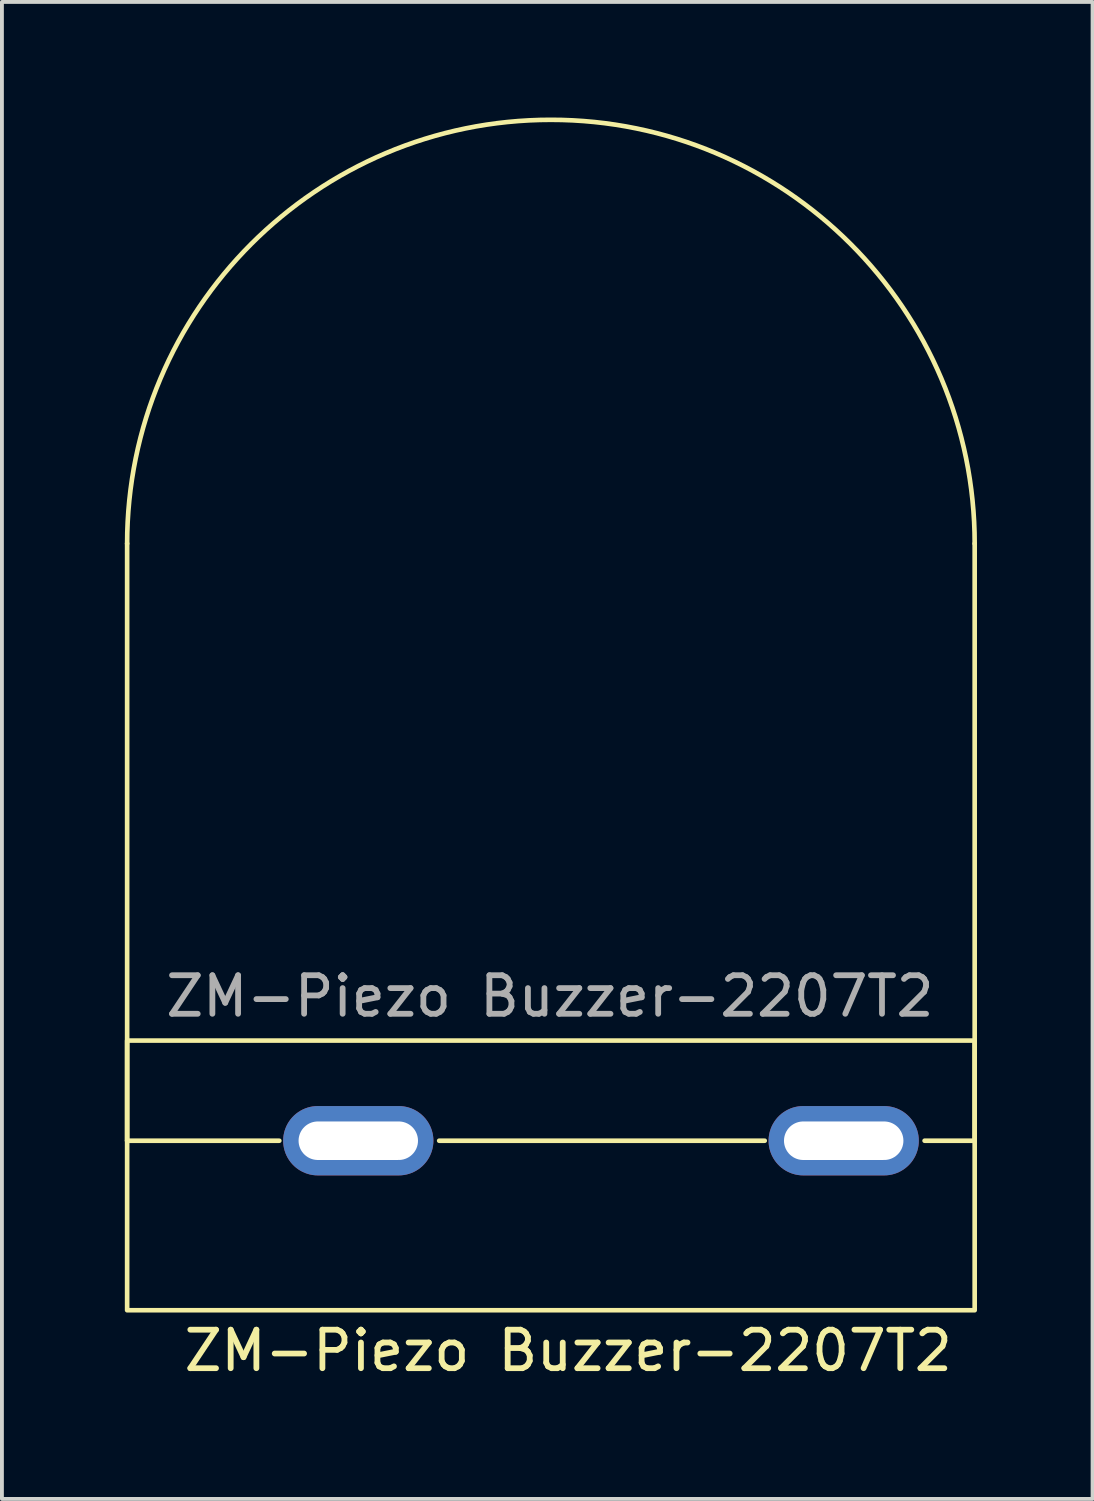
<source format=kicad_pcb>
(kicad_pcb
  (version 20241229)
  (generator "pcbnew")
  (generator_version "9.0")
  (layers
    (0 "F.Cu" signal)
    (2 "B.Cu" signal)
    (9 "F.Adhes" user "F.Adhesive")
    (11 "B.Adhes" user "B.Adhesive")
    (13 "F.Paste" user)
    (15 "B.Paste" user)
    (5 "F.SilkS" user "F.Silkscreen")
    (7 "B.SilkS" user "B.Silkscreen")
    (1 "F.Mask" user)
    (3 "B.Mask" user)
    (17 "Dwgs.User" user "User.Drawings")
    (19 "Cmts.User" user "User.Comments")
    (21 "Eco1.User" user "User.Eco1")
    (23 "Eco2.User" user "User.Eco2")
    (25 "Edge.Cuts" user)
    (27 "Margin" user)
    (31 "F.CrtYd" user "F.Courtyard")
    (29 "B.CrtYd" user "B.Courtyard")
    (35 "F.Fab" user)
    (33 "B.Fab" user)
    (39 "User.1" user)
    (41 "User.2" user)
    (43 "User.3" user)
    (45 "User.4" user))
  (footprint "ZM-Piezo Buzzer-2207T2"
    (layer "F.Cu")
    (at 0.25 23.96)
    (property "Reference" "ZM-Piezo Buzzer-2207T2" (at 11.45 8.05 0) (unlocked yes) (layer "F.SilkS") (effects (font (size 1 1) (thickness 0.15))))
    (attr through_hole)
    (fp_line (start 0 -12.9) (end 0 2.6) (stroke (width 0.12) (type default)) (layer "F.SilkS"))
    (fp_line (start 3.95 2.6) (end 0 2.6) (stroke (width 0.12) (type default)) (layer "F.SilkS"))
    (fp_line (start 16.55 2.6) (end 8.1 2.6) (stroke (width 0.12) (type default)) (layer "F.SilkS"))
    (fp_line (start 22 -12.9) (end 22 2.6) (stroke (width 0.12) (type default)) (layer "F.SilkS"))
    (fp_line (start 22 2.6) (end 20.7 2.6) (stroke (width 0.12) (type default)) (layer "F.SilkS"))
    (fp_rect (start 0 7) (end 22 0) (stroke (width 0.12) (type default)) (fill no) (layer "F.SilkS"))
    (fp_arc (start 0 -12.9) (mid 11 -23.9) (end 22 -12.9) (stroke (width 0.12) (type default)) (layer "F.SilkS"))
    (fp_line (start 7.45 2.6) (end 4.55 2.6) (stroke (width 0.12) (type default)) (layer "Dwgs.User"))
    (fp_line (start 20.05 2.6) (end 17.15 2.6) (stroke (width 0.12) (type default)) (layer "Dwgs.User"))
    (fp_text user "${REFERENCE}" (at 10.975 -1.15 0) (unlocked yes) (layer "F.Fab") (effects (font (size 1 1) (thickness 0.15))))
    (pad "1" thru_hole oval (at 18.6 2.6) (size 3.9 1.8) (drill oval 3.1 1) (layers "*.Cu" "*.Mask"))
    (pad "2" thru_hole oval (at 6 2.6) (size 3.9 1.8) (drill oval 3.1 1) (layers "*.Cu" "*.Mask")))
  (gr_rect
    (start -3 -3)
    (end 25.31 35.858)
    (stroke (width 0.1) (type default))
    (fill no)
    (layer "Edge.Cuts")))
</source>
